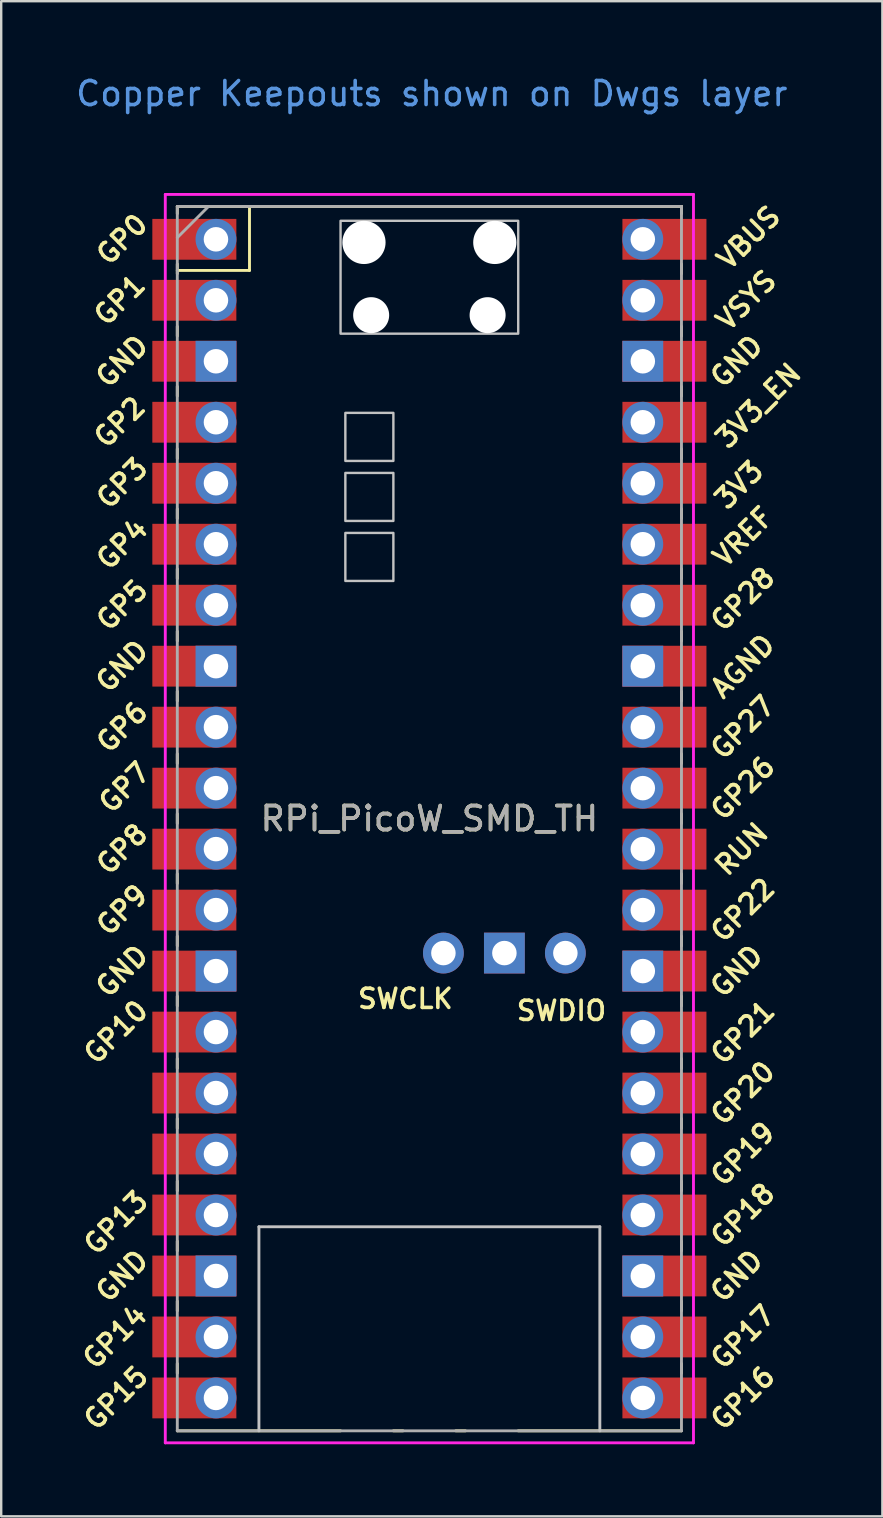
<source format=kicad_pcb>
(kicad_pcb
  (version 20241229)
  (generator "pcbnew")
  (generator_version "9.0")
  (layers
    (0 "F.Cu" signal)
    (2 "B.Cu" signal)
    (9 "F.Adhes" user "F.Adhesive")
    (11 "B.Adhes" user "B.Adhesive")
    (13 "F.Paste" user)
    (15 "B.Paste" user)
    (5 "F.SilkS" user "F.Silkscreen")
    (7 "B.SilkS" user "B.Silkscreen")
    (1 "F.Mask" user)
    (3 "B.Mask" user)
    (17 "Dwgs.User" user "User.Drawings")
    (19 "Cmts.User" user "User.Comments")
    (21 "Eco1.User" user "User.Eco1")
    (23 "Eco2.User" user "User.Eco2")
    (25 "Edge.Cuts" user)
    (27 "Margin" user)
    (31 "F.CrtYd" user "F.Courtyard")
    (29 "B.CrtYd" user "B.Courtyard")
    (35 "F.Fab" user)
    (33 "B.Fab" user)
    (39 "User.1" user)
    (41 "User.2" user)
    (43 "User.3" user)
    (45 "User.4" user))
  (footprint "RPi_PicoW_SMD_TH"
    (layer "F.Cu")
    (at 14.835 31.048)
    (property "Reference" "RPi_PicoW_SMD_TH" (at 0 0 0) (layer "F.SilkS") (effects (font (size 1 1) (thickness 0.15))))
    (attr through_hole)
    (fp_line (start -10.5 -25.5) (end -10.5 -25.2) (stroke (width 0.12) (type solid)) (layer "F.SilkS"))
    (fp_line (start -10.5 -25.5) (end 10.5 -25.5) (stroke (width 0.12) (type solid)) (layer "F.SilkS"))
    (fp_line (start -10.5 -23.1) (end -10.5 -22.7) (stroke (width 0.12) (type solid)) (layer "F.SilkS"))
    (fp_line (start -10.5 -22.833) (end -7.493 -22.833) (stroke (width 0.12) (type solid)) (layer "F.SilkS"))
    (fp_line (start -10.5 -20.5) (end -10.5 -20.1) (stroke (width 0.12) (type solid)) (layer "F.SilkS"))
    (fp_line (start -10.5 -18) (end -10.5 -17.6) (stroke (width 0.12) (type solid)) (layer "F.SilkS"))
    (fp_line (start -10.5 -15.4) (end -10.5 -15) (stroke (width 0.12) (type solid)) (layer "F.SilkS"))
    (fp_line (start -10.5 -12.9) (end -10.5 -12.5) (stroke (width 0.12) (type solid)) (layer "F.SilkS"))
    (fp_line (start -10.5 -10.4) (end -10.5 -10) (stroke (width 0.12) (type solid)) (layer "F.SilkS"))
    (fp_line (start -10.5 -7.8) (end -10.5 -7.4) (stroke (width 0.12) (type solid)) (layer "F.SilkS"))
    (fp_line (start -10.5 -5.3) (end -10.5 -4.9) (stroke (width 0.12) (type solid)) (layer "F.SilkS"))
    (fp_line (start -10.5 -2.7) (end -10.5 -2.3) (stroke (width 0.12) (type solid)) (layer "F.SilkS"))
    (fp_line (start -10.5 -0.2) (end -10.5 0.2) (stroke (width 0.12) (type solid)) (layer "F.SilkS"))
    (fp_line (start -10.5 2.3) (end -10.5 2.7) (stroke (width 0.12) (type solid)) (layer "F.SilkS"))
    (fp_line (start -10.5 4.9) (end -10.5 5.3) (stroke (width 0.12) (type solid)) (layer "F.SilkS"))
    (fp_line (start -10.5 7.4) (end -10.5 7.8) (stroke (width 0.12) (type solid)) (layer "F.SilkS"))
    (fp_line (start -10.5 10) (end -10.5 10.4) (stroke (width 0.12) (type solid)) (layer "F.SilkS"))
    (fp_line (start -10.5 12.5) (end -10.5 12.9) (stroke (width 0.12) (type solid)) (layer "F.SilkS"))
    (fp_line (start -10.5 15.1) (end -10.5 15.5) (stroke (width 0.12) (type solid)) (layer "F.SilkS"))
    (fp_line (start -10.5 17.6) (end -10.5 18) (stroke (width 0.12) (type solid)) (layer "F.SilkS"))
    (fp_line (start -10.5 20.1) (end -10.5 20.5) (stroke (width 0.12) (type solid)) (layer "F.SilkS"))
    (fp_line (start -10.5 22.7) (end -10.5 23.1) (stroke (width 0.12) (type solid)) (layer "F.SilkS"))
    (fp_line (start -7.493 -22.833) (end -7.493 -25.5) (stroke (width 0.12) (type solid)) (layer "F.SilkS"))
    (fp_line (start -3.7 25.5) (end -10.5 25.5) (stroke (width 0.12) (type solid)) (layer "F.SilkS"))
    (fp_line (start -1.5 25.5) (end -1.1 25.5) (stroke (width 0.12) (type solid)) (layer "F.SilkS"))
    (fp_line (start 1.1 25.5) (end 1.5 25.5) (stroke (width 0.12) (type solid)) (layer "F.SilkS"))
    (fp_line (start 10.5 -25.5) (end 10.5 -25.2) (stroke (width 0.12) (type solid)) (layer "F.SilkS"))
    (fp_line (start 10.5 -23.1) (end 10.5 -22.7) (stroke (width 0.12) (type solid)) (layer "F.SilkS"))
    (fp_line (start 10.5 -20.5) (end 10.5 -20.1) (stroke (width 0.12) (type solid)) (layer "F.SilkS"))
    (fp_line (start 10.5 -18) (end 10.5 -17.6) (stroke (width 0.12) (type solid)) (layer "F.SilkS"))
    (fp_line (start 10.5 -15.4) (end 10.5 -15) (stroke (width 0.12) (type solid)) (layer "F.SilkS"))
    (fp_line (start 10.5 -12.9) (end 10.5 -12.5) (stroke (width 0.12) (type solid)) (layer "F.SilkS"))
    (fp_line (start 10.5 -10.4) (end 10.5 -10) (stroke (width 0.12) (type solid)) (layer "F.SilkS"))
    (fp_line (start 10.5 -7.8) (end 10.5 -7.4) (stroke (width 0.12) (type solid)) (layer "F.SilkS"))
    (fp_line (start 10.5 -5.3) (end 10.5 -4.9) (stroke (width 0.12) (type solid)) (layer "F.SilkS"))
    (fp_line (start 10.5 -2.7) (end 10.5 -2.3) (stroke (width 0.12) (type solid)) (layer "F.SilkS"))
    (fp_line (start 10.5 -0.2) (end 10.5 0.2) (stroke (width 0.12) (type solid)) (layer "F.SilkS"))
    (fp_line (start 10.5 2.3) (end 10.5 2.7) (stroke (width 0.12) (type solid)) (layer "F.SilkS"))
    (fp_line (start 10.5 4.9) (end 10.5 5.3) (stroke (width 0.12) (type solid)) (layer "F.SilkS"))
    (fp_line (start 10.5 7.4) (end 10.5 7.8) (stroke (width 0.12) (type solid)) (layer "F.SilkS"))
    (fp_line (start 10.5 10) (end 10.5 10.4) (stroke (width 0.12) (type solid)) (layer "F.SilkS"))
    (fp_line (start 10.5 12.5) (end 10.5 12.9) (stroke (width 0.12) (type solid)) (layer "F.SilkS"))
    (fp_line (start 10.5 15.1) (end 10.5 15.5) (stroke (width 0.12) (type solid)) (layer "F.SilkS"))
    (fp_line (start 10.5 17.6) (end 10.5 18) (stroke (width 0.12) (type solid)) (layer "F.SilkS"))
    (fp_line (start 10.5 20.1) (end 10.5 20.5) (stroke (width 0.12) (type solid)) (layer "F.SilkS"))
    (fp_line (start 10.5 22.7) (end 10.5 23.1) (stroke (width 0.12) (type solid)) (layer "F.SilkS"))
    (fp_line (start 10.5 25.5) (end 3.7 25.5) (stroke (width 0.12) (type solid)) (layer "F.SilkS"))
    (fp_line (start -7.1 17) (end 7.1 17) (stroke (width 0.12) (type solid)) (layer "Dwgs.User"))
    (fp_line (start -7.1 25.5) (end -7.1 17) (stroke (width 0.12) (type solid)) (layer "Dwgs.User"))
    (fp_line (start 7.1 17) (end 7.1 25.5) (stroke (width 0.12) (type solid)) (layer "Dwgs.User"))
    (fp_poly (pts (xy -1.5 -14.9) (xy -3.5 -14.9) (xy -3.5 -16.9) (xy -1.5 -16.9)) (stroke (width 0.1) (type solid)) (fill no) (layer "Dwgs.User"))
    (fp_poly (pts (xy -1.5 -12.4) (xy -3.5 -12.4) (xy -3.5 -14.4) (xy -1.5 -14.4)) (stroke (width 0.1) (type solid)) (fill no) (layer "Dwgs.User"))
    (fp_poly (pts (xy -1.5 -9.9) (xy -3.5 -9.9) (xy -3.5 -11.9) (xy -1.5 -11.9)) (stroke (width 0.1) (type solid)) (fill no) (layer "Dwgs.User"))
    (fp_poly (pts (xy 3.7 -20.2) (xy -3.7 -20.2) (xy -3.7 -24.9) (xy 3.7 -24.9)) (stroke (width 0.1) (type solid)) (fill no) (layer "Dwgs.User"))
    (fp_line (start -11 -26) (end 11 -26) (stroke (width 0.12) (type solid)) (layer "F.CrtYd"))
    (fp_line (start -11 26) (end -11 -26) (stroke (width 0.12) (type solid)) (layer "F.CrtYd"))
    (fp_line (start 11 -26) (end 11 26) (stroke (width 0.12) (type solid)) (layer "F.CrtYd"))
    (fp_line (start 11 26) (end -11 26) (stroke (width 0.12) (type solid)) (layer "F.CrtYd"))
    (fp_line (start -10.5 -25.5) (end 10.5 -25.5) (stroke (width 0.12) (type solid)) (layer "F.Fab"))
    (fp_line (start -10.5 -24.2) (end -9.2 -25.5) (stroke (width 0.12) (type solid)) (layer "F.Fab"))
    (fp_line (start -10.5 25.5) (end -10.5 -25.5) (stroke (width 0.12) (type solid)) (layer "F.Fab"))
    (fp_line (start 10.5 -25.5) (end 10.5 25.5) (stroke (width 0.12) (type solid)) (layer "F.Fab"))
    (fp_line (start 10.5 25.5) (end -10.5 25.5) (stroke (width 0.12) (type solid)) (layer "F.Fab"))
    (fp_text user "GP26" (at 13.054 -1.27 45) (layer "F.SilkS") (effects (font (size 0.8 0.8) (thickness 0.15))))
    (fp_text user "SWDIO" (at 5.5 8 0) (layer "F.SilkS") (effects (font (size 0.8 0.8) (thickness 0.15))))
    (fp_text user "GP28" (at 13.054 -9.144 45) (layer "F.SilkS") (effects (font (size 0.8 0.8) (thickness 0.15))))
    (fp_text user "GP4" (at -12.8 -11.43 45) (layer "F.SilkS") (effects (font (size 0.8 0.8) (thickness 0.15))))
    (fp_text user "GP6" (at -12.8 -3.81 45) (layer "F.SilkS") (effects (font (size 0.8 0.8) (thickness 0.15))))
    (fp_text user "GP18" (at 13.054 16.51 45) (layer "F.SilkS") (effects (font (size 0.8 0.8) (thickness 0.15))))
    (fp_text user "GND" (at -12.8 19.05 45) (layer "F.SilkS") (effects (font (size 0.8 0.8) (thickness 0.15))))
    (fp_text user "GP16" (at 13.054 24.13 45) (layer "F.SilkS") (effects (font (size 0.8 0.8) (thickness 0.15))))
    (fp_text user "GP0" (at -12.8 -24.13 45) (layer "F.SilkS") (effects (font (size 0.8 0.8) (thickness 0.15))))
    (fp_text user "GP10" (at -13.054 8.89 45) (layer "F.SilkS") (effects (font (size 0.8 0.8) (thickness 0.15))))
    (fp_text user "GND" (at 12.8 19.05 45) (layer "F.SilkS") (effects (font (size 0.8 0.8) (thickness 0.15))))
    (fp_text user "GP19" (at 13.054 13.97 45) (layer "F.SilkS") (effects (font (size 0.8 0.8) (thickness 0.15))))
    (fp_text user "GP21" (at 13.054 8.9 45) (layer "F.SilkS") (effects (font (size 0.8 0.8) (thickness 0.15))))
    (fp_text user "VBUS" (at 13.3 -24.2 45) (layer "F.SilkS") (effects (font (size 0.8 0.8) (thickness 0.15))))
    (fp_text user "3V3_EN" (at 13.7 -17.2 45) (layer "F.SilkS") (effects (font (size 0.8 0.8) (thickness 0.15))))
    (fp_text user "GP15" (at -13.054 24.13 45) (layer "F.SilkS") (effects (font (size 0.8 0.8) (thickness 0.15))))
    (fp_text user "GND" (at 12.8 6.35 45) (layer "F.SilkS") (effects (font (size 0.8 0.8) (thickness 0.15))))
    (fp_text user "GND" (at -12.8 -6.35 45) (layer "F.SilkS") (effects (font (size 0.8 0.8) (thickness 0.15))))
    (fp_text user "GND" (at -12.8 -19.05 45) (layer "F.SilkS") (effects (font (size 0.8 0.8) (thickness 0.15))))
    (fp_text user "GP13" (at -13.054 16.832 45) (layer "F.SilkS") (effects (font (size 0.8 0.8) (thickness 0.15))))
    (fp_text user "GP2" (at -12.9 -16.51 45) (layer "F.SilkS") (effects (font (size 0.8 0.8) (thickness 0.15))))
    (fp_text user "GP3" (at -12.8 -13.97 45) (layer "F.SilkS") (effects (font (size 0.8 0.8) (thickness 0.15))))
    (fp_text user "SWCLK" (at -1 7.5 0) (layer "F.SilkS") (effects (font (size 0.8 0.8) (thickness 0.15))))
    (fp_text user "GP8" (at -12.8 1.27 45) (layer "F.SilkS") (effects (font (size 0.8 0.8) (thickness 0.15))))
    (fp_text user "VREF" (at 13.068 -11.742 45) (layer "F.SilkS") (effects (font (size 0.8 0.8) (thickness 0.15))))
    (fp_text user "AGND" (at 13.054 -6.35 45) (layer "F.SilkS") (effects (font (size 0.8 0.8) (thickness 0.15))))
    (fp_text user "GP27" (at 13.054 -3.8 45) (layer "F.SilkS") (effects (font (size 0.8 0.8) (thickness 0.15))))
    (fp_text user "GP7" (at -12.7 -1.3 45) (layer "F.SilkS") (effects (font (size 0.8 0.8) (thickness 0.15))))
    (fp_text user "VSYS" (at 13.2 -21.59 45) (layer "F.SilkS") (effects (font (size 0.8 0.8) (thickness 0.15))))
    (fp_text user "GP14" (at -13.1 21.59 45) (layer "F.SilkS") (effects (font (size 0.8 0.8) (thickness 0.15))))
    (fp_text user "GP20" (at 13.054 11.43 45) (layer "F.SilkS") (effects (font (size 0.8 0.8) (thickness 0.15))))
    (fp_text user "GND" (at 12.8 -19.05 45) (layer "F.SilkS") (effects (font (size 0.8 0.8) (thickness 0.15))))
    (fp_text user "GP17" (at 13.054 21.59 45) (layer "F.SilkS") (effects (font (size 0.8 0.8) (thickness 0.15))))
    (fp_text user "RUN" (at 13 1.27 45) (layer "F.SilkS") (effects (font (size 0.8 0.8) (thickness 0.15))))
    (fp_text user "GP1" (at -12.9 -21.6 45) (layer "F.SilkS") (effects (font (size 0.8 0.8) (thickness 0.15))))
    (fp_text user "GP22" (at 13.054 3.81 45) (layer "F.SilkS") (effects (font (size 0.8 0.8) (thickness 0.15))))
    (fp_text user "GP9" (at -12.8 3.81 45) (layer "F.SilkS") (effects (font (size 0.8 0.8) (thickness 0.15))))
    (fp_text user "GND" (at -12.8 6.35 45) (layer "F.SilkS") (effects (font (size 0.8 0.8) (thickness 0.15))))
    (fp_text user "GP5" (at -12.8 -8.89 45) (layer "F.SilkS") (effects (font (size 0.8 0.8) (thickness 0.15))))
    (fp_text user "3V3" (at 12.9 -13.9 45) (layer "F.SilkS") (effects (font (size 0.8 0.8) (thickness 0.15))))
    (fp_text user "Copper Keepouts shown on Dwgs layer" (at 0.1 -30.2 0) (layer "Cmts.User") (effects (font (size 1 1) (thickness 0.15))))
    (fp_text user "${REFERENCE}" (at 0 0 180) (layer "F.Fab") (effects (font (size 1 1) (thickness 0.15))))
    (pad "" np_thru_hole oval (at -2.725 -24) (size 1.8 1.8) (drill 1.8) (layers "*.Cu" "*.Mask"))
    (pad "" np_thru_hole oval (at -2.425 -20.97) (size 1.5 1.5) (drill 1.5) (layers "*.Cu" "*.Mask"))
    (pad "" np_thru_hole oval (at 2.425 -20.97) (size 1.5 1.5) (drill 1.5) (layers "*.Cu" "*.Mask"))
    (pad "" np_thru_hole oval (at 2.725 -24) (size 1.8 1.8) (drill 1.8) (layers "*.Cu" "*.Mask"))
    (pad "1" thru_hole oval (at -8.89 -24.13) (size 1.7 1.7) (drill 1.02) (layers "*.Cu" "*.Mask"))
    (pad "1" smd rect (at -8.89 -24.13) (size 3.5 1.7) (drill (offset -0.9 0)) (layers "F.Cu" "F.Mask"))
    (pad "2" thru_hole oval (at -8.89 -21.59) (size 1.7 1.7) (drill 1.02) (layers "*.Cu" "*.Mask"))
    (pad "2" smd rect (at -8.89 -21.59) (size 3.5 1.7) (drill (offset -0.9 0)) (layers "F.Cu" "F.Mask"))
    (pad "3" thru_hole rect (at -8.89 -19.05) (size 1.7 1.7) (drill 1.02) (layers "*.Cu" "*.Mask"))
    (pad "3" smd rect (at -8.89 -19.05) (size 3.5 1.7) (drill (offset -0.9 0)) (layers "F.Cu" "F.Mask"))
    (pad "4" thru_hole oval (at -8.89 -16.51) (size 1.7 1.7) (drill 1.02) (layers "*.Cu" "*.Mask"))
    (pad "4" smd rect (at -8.89 -16.51) (size 3.5 1.7) (drill (offset -0.9 0)) (layers "F.Cu" "F.Mask"))
    (pad "5" thru_hole oval (at -8.89 -13.97) (size 1.7 1.7) (drill 1.02) (layers "*.Cu" "*.Mask"))
    (pad "5" smd rect (at -8.89 -13.97) (size 3.5 1.7) (drill (offset -0.9 0)) (layers "F.Cu" "F.Mask"))
    (pad "6" thru_hole oval (at -8.89 -11.43) (size 1.7 1.7) (drill 1.02) (layers "*.Cu" "*.Mask"))
    (pad "6" smd rect (at -8.89 -11.43) (size 3.5 1.7) (drill (offset -0.9 0)) (layers "F.Cu" "F.Mask"))
    (pad "7" thru_hole oval (at -8.89 -8.89) (size 1.7 1.7) (drill 1.02) (layers "*.Cu" "*.Mask"))
    (pad "7" smd rect (at -8.89 -8.89) (size 3.5 1.7) (drill (offset -0.9 0)) (layers "F.Cu" "F.Mask"))
    (pad "8" thru_hole rect (at -8.89 -6.35) (size 1.7 1.7) (drill 1.02) (layers "*.Cu" "*.Mask"))
    (pad "8" smd rect (at -8.89 -6.35) (size 3.5 1.7) (drill (offset -0.9 0)) (layers "F.Cu" "F.Mask"))
    (pad "9" thru_hole oval (at -8.89 -3.81) (size 1.7 1.7) (drill 1.02) (layers "*.Cu" "*.Mask"))
    (pad "9" smd rect (at -8.89 -3.81) (size 3.5 1.7) (drill (offset -0.9 0)) (layers "F.Cu" "F.Mask"))
    (pad "10" thru_hole oval (at -8.89 -1.27) (size 1.7 1.7) (drill 1.02) (layers "*.Cu" "*.Mask"))
    (pad "10" smd rect (at -8.89 -1.27) (size 3.5 1.7) (drill (offset -0.9 0)) (layers "F.Cu" "F.Mask"))
    (pad "11" thru_hole oval (at -8.89 1.27) (size 1.7 1.7) (drill 1.02) (layers "*.Cu" "*.Mask"))
    (pad "11" smd rect (at -8.89 1.27) (size 3.5 1.7) (drill (offset -0.9 0)) (layers "F.Cu" "F.Mask"))
    (pad "12" thru_hole oval (at -8.89 3.81) (size 1.7 1.7) (drill 1.02) (layers "*.Cu" "*.Mask"))
    (pad "12" smd rect (at -8.89 3.81) (size 3.5 1.7) (drill (offset -0.9 0)) (layers "F.Cu" "F.Mask"))
    (pad "13" thru_hole rect (at -8.89 6.35) (size 1.7 1.7) (drill 1.02) (layers "*.Cu" "*.Mask"))
    (pad "13" smd rect (at -8.89 6.35) (size 3.5 1.7) (drill (offset -0.9 0)) (layers "F.Cu" "F.Mask"))
    (pad "14" thru_hole oval (at -8.89 8.89) (size 1.7 1.7) (drill 1.02) (layers "*.Cu" "*.Mask"))
    (pad "14" smd rect (at -8.89 8.89) (size 3.5 1.7) (drill (offset -0.9 0)) (layers "F.Cu" "F.Mask"))
    (pad "15" thru_hole oval (at -8.89 11.43) (size 1.7 1.7) (drill 1.02) (layers "*.Cu" "*.Mask"))
    (pad "15" smd rect (at -8.89 11.43) (size 3.5 1.7) (drill (offset -0.9 0)) (layers "F.Cu" "F.Mask"))
    (pad "16" thru_hole oval (at -8.89 13.97) (size 1.7 1.7) (drill 1.02) (layers "*.Cu" "*.Mask"))
    (pad "16" smd rect (at -8.89 13.97) (size 3.5 1.7) (drill (offset -0.9 0)) (layers "F.Cu" "F.Mask"))
    (pad "17" thru_hole oval (at -8.89 16.51) (size 1.7 1.7) (drill 1.02) (layers "*.Cu" "*.Mask"))
    (pad "17" smd rect (at -8.89 16.51) (size 3.5 1.7) (drill (offset -0.9 0)) (layers "F.Cu" "F.Mask"))
    (pad "18" thru_hole rect (at -8.89 19.05) (size 1.7 1.7) (drill 1.02) (layers "*.Cu" "*.Mask"))
    (pad "18" smd rect (at -8.89 19.05) (size 3.5 1.7) (drill (offset -0.9 0)) (layers "F.Cu" "F.Mask"))
    (pad "19" thru_hole oval (at -8.89 21.59) (size 1.7 1.7) (drill 1.02) (layers "*.Cu" "*.Mask"))
    (pad "19" smd rect (at -8.89 21.59) (size 3.5 1.7) (drill (offset -0.9 0)) (layers "F.Cu" "F.Mask"))
    (pad "20" thru_hole oval (at -8.89 24.13) (size 1.7 1.7) (drill 1.02) (layers "*.Cu" "*.Mask"))
    (pad "20" smd rect (at -8.89 24.13) (size 3.5 1.7) (drill (offset -0.9 0)) (layers "F.Cu" "F.Mask"))
    (pad "21" thru_hole oval (at 8.89 24.13) (size 1.7 1.7) (drill 1.02) (layers "*.Cu" "*.Mask"))
    (pad "21" smd rect (at 8.89 24.13) (size 3.5 1.7) (drill (offset 0.9 0)) (layers "F.Cu" "F.Mask"))
    (pad "22" thru_hole oval (at 8.89 21.59) (size 1.7 1.7) (drill 1.02) (layers "*.Cu" "*.Mask"))
    (pad "22" smd rect (at 8.89 21.59) (size 3.5 1.7) (drill (offset 0.9 0)) (layers "F.Cu" "F.Mask"))
    (pad "23" thru_hole rect (at 8.89 19.05) (size 1.7 1.7) (drill 1.02) (layers "*.Cu" "*.Mask"))
    (pad "23" smd rect (at 8.89 19.05) (size 3.5 1.7) (drill (offset 0.9 0)) (layers "F.Cu" "F.Mask"))
    (pad "24" thru_hole oval (at 8.89 16.51) (size 1.7 1.7) (drill 1.02) (layers "*.Cu" "*.Mask"))
    (pad "24" smd rect (at 8.89 16.51) (size 3.5 1.7) (drill (offset 0.9 0)) (layers "F.Cu" "F.Mask"))
    (pad "25" thru_hole oval (at 8.89 13.97) (size 1.7 1.7) (drill 1.02) (layers "*.Cu" "*.Mask"))
    (pad "25" smd rect (at 8.89 13.97) (size 3.5 1.7) (drill (offset 0.9 0)) (layers "F.Cu" "F.Mask"))
    (pad "26" thru_hole oval (at 8.89 11.43) (size 1.7 1.7) (drill 1.02) (layers "*.Cu" "*.Mask"))
    (pad "26" smd rect (at 8.89 11.43) (size 3.5 1.7) (drill (offset 0.9 0)) (layers "F.Cu" "F.Mask"))
    (pad "27" thru_hole oval (at 8.89 8.89) (size 1.7 1.7) (drill 1.02) (layers "*.Cu" "*.Mask"))
    (pad "27" smd rect (at 8.89 8.89) (size 3.5 1.7) (drill (offset 0.9 0)) (layers "F.Cu" "F.Mask"))
    (pad "28" thru_hole rect (at 8.89 6.35) (size 1.7 1.7) (drill 1.02) (layers "*.Cu" "*.Mask"))
    (pad "28" smd rect (at 8.89 6.35) (size 3.5 1.7) (drill (offset 0.9 0)) (layers "F.Cu" "F.Mask"))
    (pad "29" thru_hole oval (at 8.89 3.81) (size 1.7 1.7) (drill 1.02) (layers "*.Cu" "*.Mask"))
    (pad "29" smd rect (at 8.89 3.81) (size 3.5 1.7) (drill (offset 0.9 0)) (layers "F.Cu" "F.Mask"))
    (pad "30" thru_hole oval (at 8.89 1.27) (size 1.7 1.7) (drill 1.02) (layers "*.Cu" "*.Mask"))
    (pad "30" smd rect (at 8.89 1.27) (size 3.5 1.7) (drill (offset 0.9 0)) (layers "F.Cu" "F.Mask"))
    (pad "31" thru_hole oval (at 8.89 -1.27) (size 1.7 1.7) (drill 1.02) (layers "*.Cu" "*.Mask"))
    (pad "31" smd rect (at 8.89 -1.27) (size 3.5 1.7) (drill (offset 0.9 0)) (layers "F.Cu" "F.Mask"))
    (pad "32" thru_hole oval (at 8.89 -3.81) (size 1.7 1.7) (drill 1.02) (layers "*.Cu" "*.Mask"))
    (pad "32" smd rect (at 8.89 -3.81) (size 3.5 1.7) (drill (offset 0.9 0)) (layers "F.Cu" "F.Mask"))
    (pad "33" thru_hole rect (at 8.89 -6.35) (size 1.7 1.7) (drill 1.02) (layers "*.Cu" "*.Mask"))
    (pad "33" smd rect (at 8.89 -6.35) (size 3.5 1.7) (drill (offset 0.9 0)) (layers "F.Cu" "F.Mask"))
    (pad "34" thru_hole oval (at 8.89 -8.89) (size 1.7 1.7) (drill 1.02) (layers "*.Cu" "*.Mask"))
    (pad "34" smd rect (at 8.89 -8.89) (size 3.5 1.7) (drill (offset 0.9 0)) (layers "F.Cu" "F.Mask"))
    (pad "35" thru_hole oval (at 8.89 -11.43) (size 1.7 1.7) (drill 1.02) (layers "*.Cu" "*.Mask"))
    (pad "35" smd rect (at 8.89 -11.43) (size 3.5 1.7) (drill (offset 0.9 0)) (layers "F.Cu" "F.Mask"))
    (pad "36" thru_hole oval (at 8.89 -13.97) (size 1.7 1.7) (drill 1.02) (layers "*.Cu" "*.Mask"))
    (pad "36" smd rect (at 8.89 -13.97) (size 3.5 1.7) (drill (offset 0.9 0)) (layers "F.Cu" "F.Mask"))
    (pad "37" thru_hole oval (at 8.89 -16.51) (size 1.7 1.7) (drill 1.02) (layers "*.Cu" "*.Mask"))
    (pad "37" smd rect (at 8.89 -16.51) (size 3.5 1.7) (drill (offset 0.9 0)) (layers "F.Cu" "F.Mask"))
    (pad "38" thru_hole rect (at 8.89 -19.05) (size 1.7 1.7) (drill 1.02) (layers "*.Cu" "*.Mask"))
    (pad "38" smd rect (at 8.89 -19.05) (size 3.5 1.7) (drill (offset 0.9 0)) (layers "F.Cu" "F.Mask"))
    (pad "39" thru_hole oval (at 8.89 -21.59) (size 1.7 1.7) (drill 1.02) (layers "*.Cu" "*.Mask"))
    (pad "39" smd rect (at 8.89 -21.59) (size 3.5 1.7) (drill (offset 0.9 0)) (layers "F.Cu" "F.Mask"))
    (pad "40" thru_hole oval (at 8.89 -24.13) (size 1.7 1.7) (drill 1.02) (layers "*.Cu" "*.Mask"))
    (pad "40" smd rect (at 8.89 -24.13) (size 3.5 1.7) (drill (offset 0.9 0)) (layers "F.Cu" "F.Mask"))
    (pad "41" thru_hole oval (at 0.584 5.6) (size 1.7 1.7) (drill 1.02) (layers "*.Cu" "*.Mask"))
    (pad "42" thru_hole rect (at 3.124 5.6) (size 1.7 1.7) (drill 1.02) (layers "*.Cu" "*.Mask"))
    (pad "43" thru_hole oval (at 5.664 5.6) (size 1.7 1.7) (drill 1.02) (layers "*.Cu" "*.Mask")))
  (gr_rect
    (start -3 -3)
    (end 33.703 60.108)
    (stroke (width 0.1) (type default))
    (fill no)
    (layer "Edge.Cuts")))
</source>
